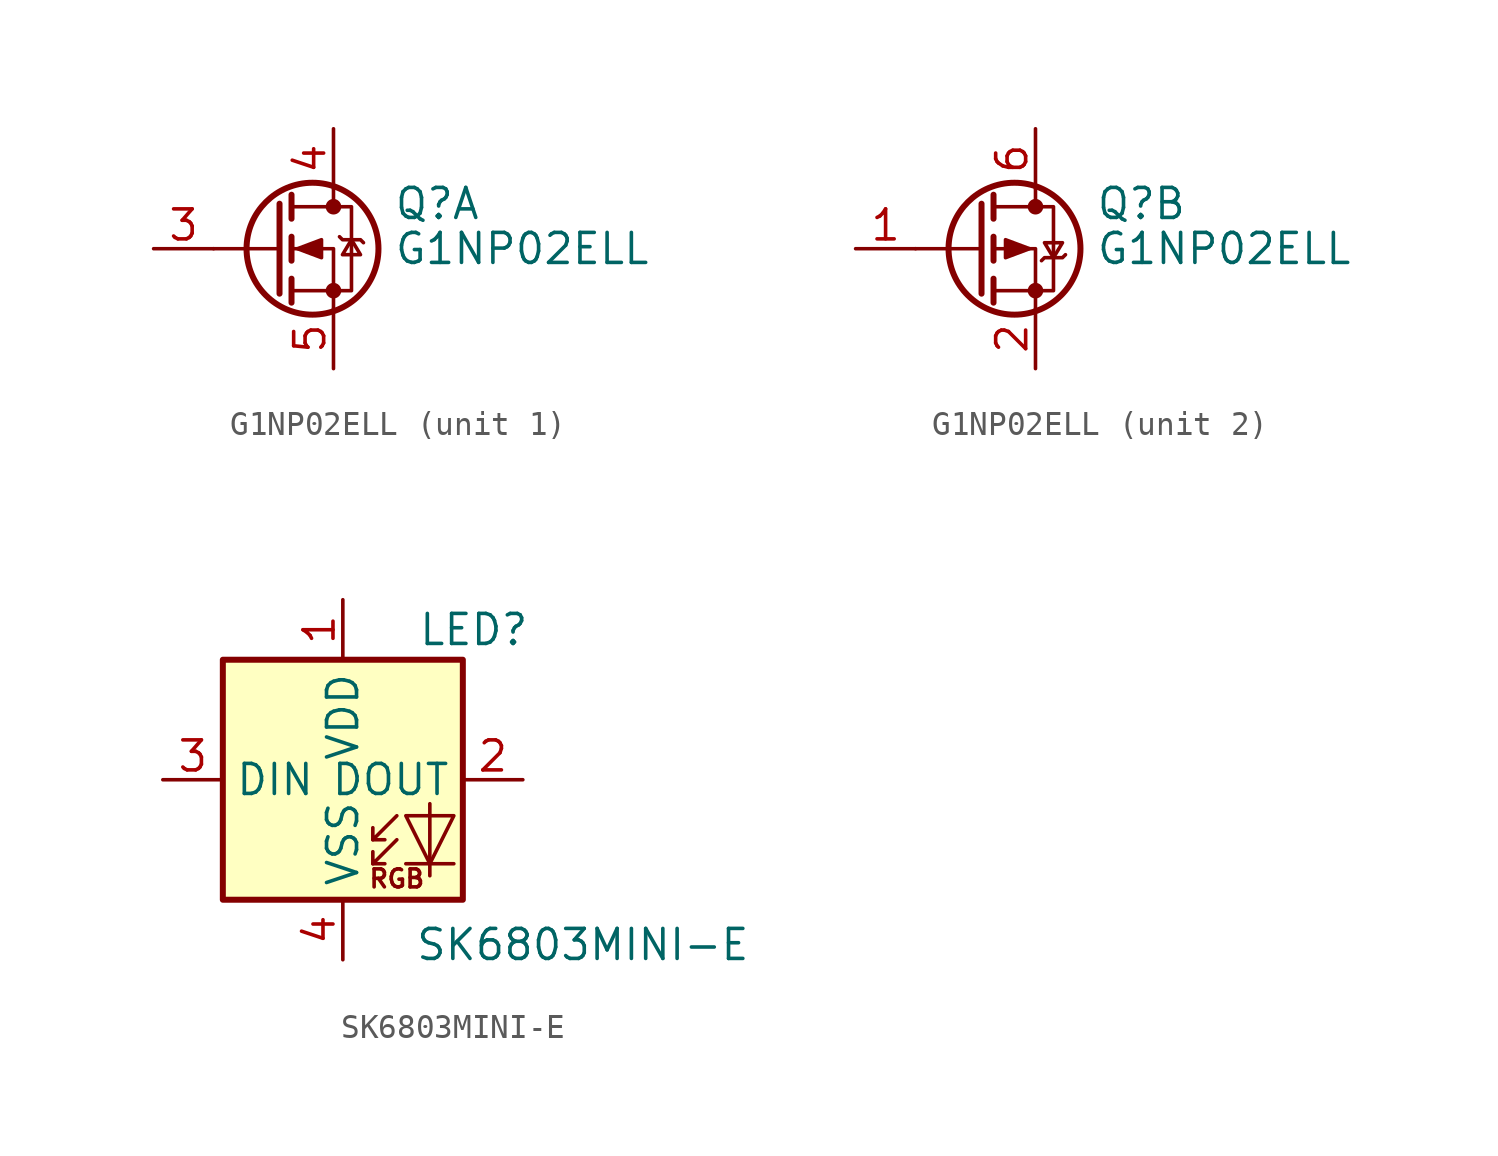
<source format=kicad_sym>
(kicad_symbol_lib
  (version 20241209)
  (generator "kicad_symbol_editor")
  (generator_version "9.0")
  (symbol "G1NP02ELL"
    (pin_names
      (hide yes))
    (property "Reference" "Q"
      (at 2.54 1.905 0)
      (effects (font (size 1.27 1.27)) (justify left)))
    (property "Value" "G1NP02ELL"
      (at 2.54 0 0)
      (effects (font (size 1.27 1.27)) (justify left)))
    (symbol "G1NP02ELL_0_1"
      (polyline (pts (xy -2.286 1.905) (xy -2.286 -1.905)) (stroke (width 0.254) (type default)) (fill (type none)))
      (polyline (pts (xy -2.286 0) (xy -5.08 0)) (stroke (width 0) (type default)) (fill (type none)))
      (polyline (pts (xy -1.778 2.286) (xy -1.778 1.27)) (stroke (width 0.254) (type default)) (fill (type none)))
      (polyline (pts (xy -1.778 0.508) (xy -1.778 -0.508)) (stroke (width 0.254) (type default)) (fill (type none)))
      (polyline (pts (xy -1.778 -1.27) (xy -1.778 -2.286)) (stroke (width 0.254) (type default)) (fill (type none)))
      (polyline (pts (xy -1.778 -1.778) (xy 0.762 -1.778) (xy 0.762 1.778) (xy -1.778 1.778)) (stroke (width 0) (type default)) (fill (type none)))
      (circle (center -0.889 0) (radius 2.794) (stroke (width 0.254) (type default)) (fill (type none)))
      (polyline (pts (xy 0 2.54) (xy 0 1.778)) (stroke (width 0) (type default)) (fill (type none)))
      (circle (center 0 1.778) (radius 0.254) (stroke (width 0) (type default)) (fill (type outline)))
      (circle (center 0 -1.778) (radius 0.254) (stroke (width 0) (type default)) (fill (type outline)))
      (polyline (pts (xy 0 -2.54) (xy 0 0) (xy -1.778 0)) (stroke (width 0) (type default)) (fill (type none))))
    (symbol "G1NP02ELL_1_1"
      (polyline (pts (xy -1.524 0) (xy -0.508 0.381) (xy -0.508 -0.381) (xy -1.524 0)) (stroke (width 0) (type default)) (fill (type outline)))
      (polyline (pts (xy 0.254 0.508) (xy 0.381 0.381) (xy 1.143 0.381) (xy 1.27 0.254)) (stroke (width 0) (type default)) (fill (type none)))
      (polyline (pts (xy 0.762 0.381) (xy 0.381 -0.254) (xy 1.143 -0.254) (xy 0.762 0.381)) (stroke (width 0) (type default)) (fill (type none)))
      (pin passive line (at -7.62 0 0) (length 2.54) (name "G" (effects (font (size 1.27 1.27)))) (number "3" (effects (font (size 1.27 1.27)))))
      (pin passive line (at 0 5.08 270) (length 2.54) (name "D" (effects (font (size 1.27 1.27)))) (number "4" (effects (font (size 1.27 1.27)))))
      (pin passive line (at 0 -5.08 90) (length 2.54) (name "S" (effects (font (size 1.27 1.27)))) (number "5" (effects (font (size 1.27 1.27))))))
    (symbol "G1NP02ELL_2_1"
      (polyline (pts (xy -0.254 0) (xy -1.27 0.381) (xy -1.27 -0.381) (xy -0.254 0)) (stroke (width 0) (type default)) (fill (type outline)))
      (polyline (pts (xy 0.254 -0.508) (xy 0.381 -0.381) (xy 1.143 -0.381) (xy 1.27 -0.254)) (stroke (width 0) (type default)) (fill (type none)))
      (polyline (pts (xy 0.762 -0.381) (xy 0.381 0.254) (xy 1.143 0.254) (xy 0.762 -0.381)) (stroke (width 0) (type default)) (fill (type none)))
      (pin passive line (at -7.62 0 0) (length 2.54) (name "G" (effects (font (size 1.27 1.27)))) (number "1" (effects (font (size 1.27 1.27)))))
      (pin passive line (at 0 5.08 270) (length 2.54) (name "D" (effects (font (size 1.27 1.27)))) (number "6" (effects (font (size 1.27 1.27)))))
      (pin passive line (at 0 -5.08 90) (length 2.54) (name "S" (effects (font (size 1.27 1.27)))) (number "2" (effects (font (size 1.27 1.27)))))))
  (symbol "SK6803MINI-E"
    (property "Reference" "LED"
      (at 3.175 6.35 0)
      (effects (font (size 1.27 1.27)) (justify left)))
    (property "Value" "SK6803MINI-E"
      (at 10.16 -6.985 0)
      (effects (font (size 1.27 1.27))))
    (symbol "SK6803MINI-E_0_0"
      (text "RGB" (at 2.286 -4.191 0) (effects (font (size 0.762 0.762)))))
    (symbol "SK6803MINI-E_0_1"
      (rectangle (start -5.08 5.08) (end 5.08 -5.08) (stroke (width 0.254) (type default)) (fill (type background)))
      (polyline (pts (xy 1.27 -2.54) (xy 1.778 -2.54)) (stroke (width 0) (type default)) (fill (type none)))
      (polyline (pts (xy 1.27 -3.556) (xy 1.778 -3.556)) (stroke (width 0) (type default)) (fill (type none)))
      (polyline (pts (xy 2.286 -1.524) (xy 1.27 -2.54) (xy 1.27 -2.032)) (stroke (width 0) (type default)) (fill (type none)))
      (polyline (pts (xy 2.286 -2.54) (xy 1.27 -3.556) (xy 1.27 -3.048)) (stroke (width 0) (type default)) (fill (type none)))
      (polyline (pts (xy 3.683 -1.016) (xy 3.683 -3.556) (xy 3.683 -4.064)) (stroke (width 0) (type default)) (fill (type none)))
      (polyline (pts (xy 4.699 -1.524) (xy 2.667 -1.524) (xy 3.683 -3.556) (xy 4.699 -1.524)) (stroke (width 0) (type default)) (fill (type none)))
      (polyline (pts (xy 4.699 -3.556) (xy 2.667 -3.556)) (stroke (width 0) (type default)) (fill (type none))))
    (symbol "SK6803MINI-E_1_1"
      (pin input line (at -7.62 0 0) (length 2.54) (name "DIN" (effects (font (size 1.27 1.27)))) (number "3" (effects (font (size 1.27 1.27)))))
      (pin power_in line (at 0 7.62 270) (length 2.54) (name "VDD" (effects (font (size 1.27 1.27)))) (number "1" (effects (font (size 1.27 1.27)))))
      (pin power_in line (at 0 -7.62 90) (length 2.54) (name "VSS" (effects (font (size 1.27 1.27)))) (number "4" (effects (font (size 1.27 1.27)))))
      (pin output line (at 7.62 0 180) (length 2.54) (name "DOUT" (effects (font (size 1.27 1.27)))) (number "2" (effects (font (size 1.27 1.27))))))))
</source>
